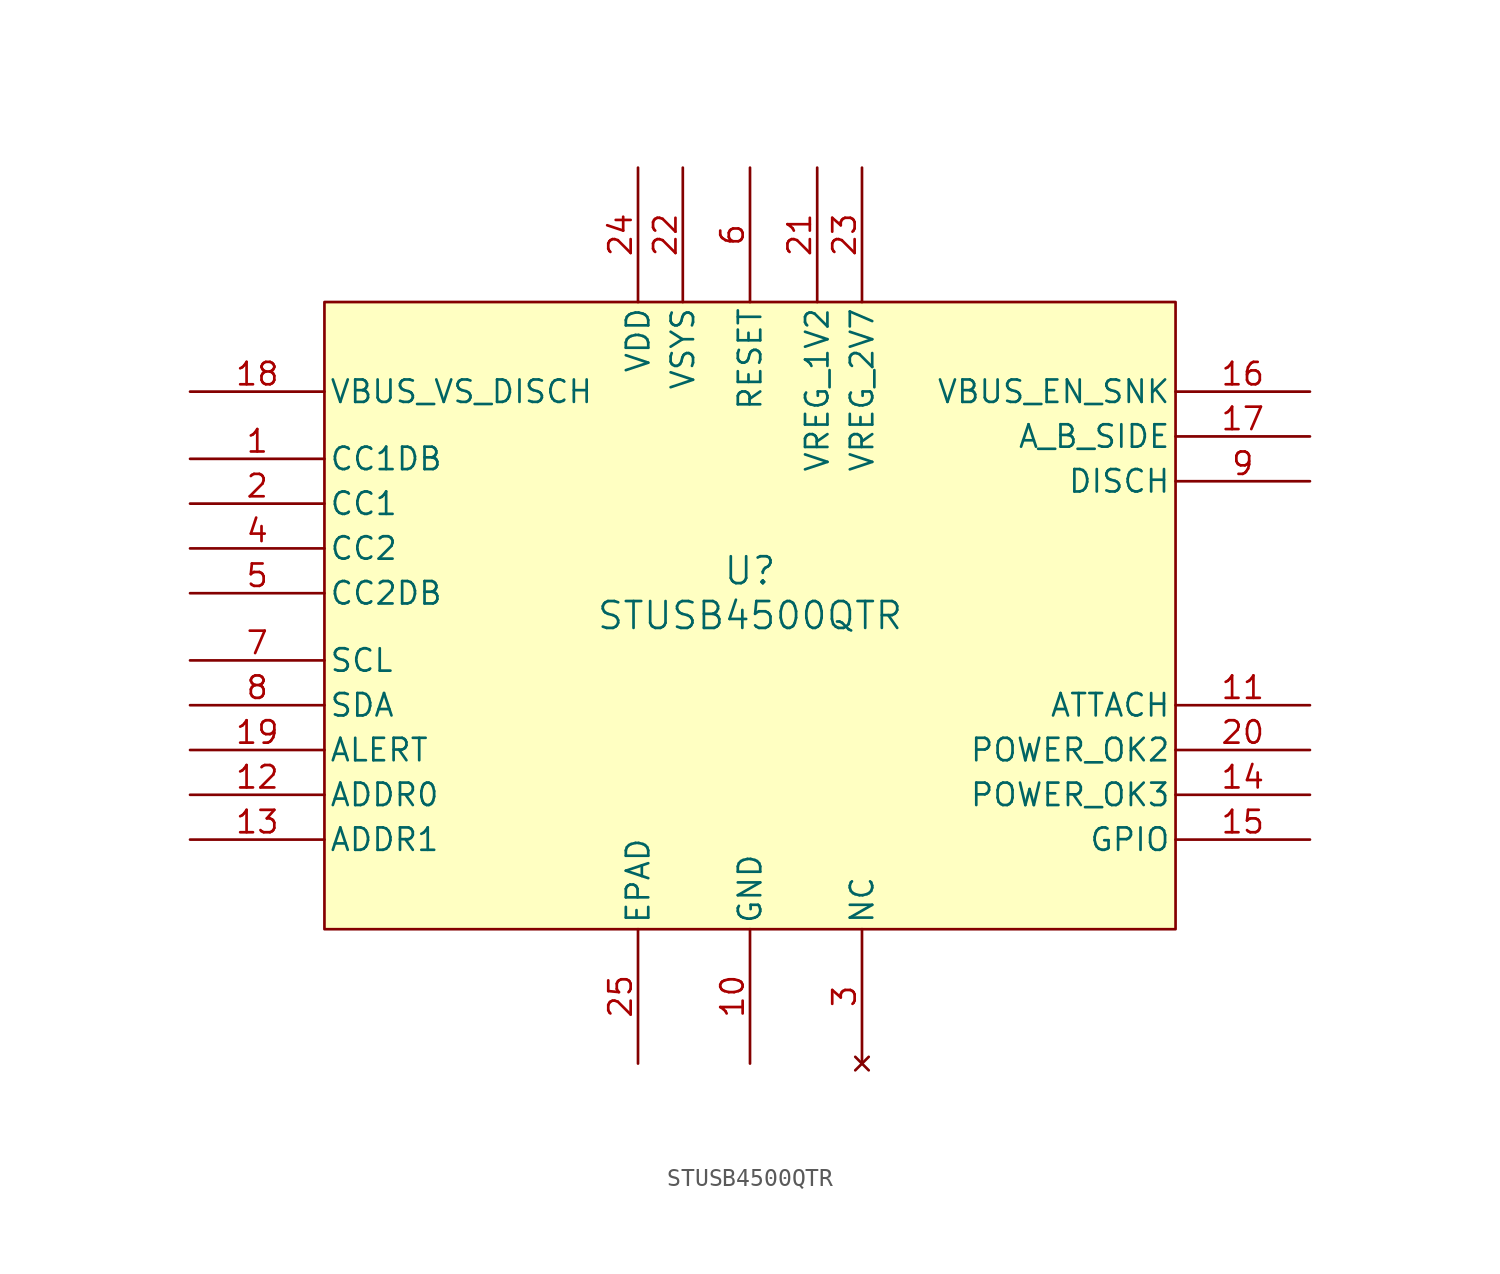
<source format=kicad_sym>
(kicad_symbol_lib
  (version 20241209)
  (generator "kicad_symbol_editor")
  (generator_version "9.0")
  (symbol "STUSB4500QTR"
    (pin_names
      (offset 0.254))
    (property "Reference" "U"
      (at 31.75 -10.16 0)
      (effects (font (size 1.524 1.524))))
    (property "Value" "STUSB4500QTR"
      (at 31.75 -12.7 0)
      (effects (font (size 1.524 1.524))))
    (symbol "STUSB4500QTR_0_1"
      (pin input line (at 0 -15.24 0) (length 7.62) (name "SCL" (effects (font (size 1.27 1.27)))) (number "7" (effects (font (size 1.27 1.27)))))
      (pin bidirectional line (at 0 -17.78 0) (length 7.62) (name "SDA" (effects (font (size 1.27 1.27)))) (number "8" (effects (font (size 1.27 1.27)))))
      (pin output line (at 0 -20.32 0) (length 7.62) (name "ALERT" (effects (font (size 1.27 1.27)))) (number "19" (effects (font (size 1.27 1.27)))))
      (pin input line (at 0 -22.86 0) (length 7.62) (name "ADDR0" (effects (font (size 1.27 1.27)))) (number "12" (effects (font (size 1.27 1.27)))))
      (pin input line (at 0 -25.4 0) (length 7.62) (name "ADDR1" (effects (font (size 1.27 1.27)))) (number "13" (effects (font (size 1.27 1.27)))))
      (pin power_in line (at 25.4 12.7 270) (length 7.62) (name "VDD" (effects (font (size 1.27 1.27)))) (number "24" (effects (font (size 1.27 1.27)))))
      (pin power_in line (at 27.94 12.7 270) (length 7.62) (name "VSYS" (effects (font (size 1.27 1.27)))) (number "22" (effects (font (size 1.27 1.27)))))
      (pin input line (at 31.75 12.7 270) (length 7.62) (name "RESET" (effects (font (size 1.27 1.27)))) (number "6" (effects (font (size 1.27 1.27)))))
      (pin no_connect line (at 38.1 -38.1 90) (length 7.62) (name "NC" (effects (font (size 1.27 1.27)))) (number "3" (effects (font (size 1.27 1.27)))))
      (pin output line (at 63.5 -2.54 180) (length 7.62) (name "A_B_SIDE" (effects (font (size 1.27 1.27)))) (number "17" (effects (font (size 1.27 1.27)))))
      (pin output line (at 63.5 -17.78 180) (length 7.62) (name "ATTACH" (effects (font (size 1.27 1.27)))) (number "11" (effects (font (size 1.27 1.27)))))
      (pin output line (at 63.5 -20.32 180) (length 7.62) (name "POWER_OK2" (effects (font (size 1.27 1.27)))) (number "20" (effects (font (size 1.27 1.27)))))
      (pin output line (at 63.5 -22.86 180) (length 7.62) (name "POWER_OK3" (effects (font (size 1.27 1.27)))) (number "14" (effects (font (size 1.27 1.27)))))
      (pin output line (at 63.5 -25.4 180) (length 7.62) (name "GPIO" (effects (font (size 1.27 1.27)))) (number "15" (effects (font (size 1.27 1.27))))))
    (symbol "STUSB4500QTR_1_1"
      (rectangle (start 7.62 5.08) (end 55.88 -30.48) (stroke (width 0) (type solid)) (fill (type background)))
      (pin power_in line (at 0 0 0) (length 7.62) (name "VBUS_VS_DISCH" (effects (font (size 1.27 1.27)))) (number "18" (effects (font (size 1.27 1.27)))))
      (pin bidirectional line (at 0 -3.81 0) (length 7.62) (name "CC1DB" (effects (font (size 1.27 1.27)))) (number "1" (effects (font (size 1.27 1.27)))))
      (pin bidirectional line (at 0 -6.35 0) (length 7.62) (name "CC1" (effects (font (size 1.27 1.27)))) (number "2" (effects (font (size 1.27 1.27)))))
      (pin bidirectional line (at 0 -8.89 0) (length 7.62) (name "CC2" (effects (font (size 1.27 1.27)))) (number "4" (effects (font (size 1.27 1.27)))))
      (pin bidirectional line (at 0 -11.43 0) (length 7.62) (name "CC2DB" (effects (font (size 1.27 1.27)))) (number "5" (effects (font (size 1.27 1.27)))))
      (pin power_in line (at 25.4 -38.1 90) (length 7.62) (name "EPAD" (effects (font (size 1.27 1.27)))) (number "25" (effects (font (size 1.27 1.27)))))
      (pin power_in line (at 31.75 -38.1 90) (length 7.62) (name "GND" (effects (font (size 1.27 1.27)))) (number "10" (effects (font (size 1.27 1.27)))))
      (pin passive line (at 35.56 12.7 270) (length 7.62) (name "VREG_1V2" (effects (font (size 1.27 1.27)))) (number "21" (effects (font (size 1.27 1.27)))))
      (pin passive line (at 38.1 12.7 270) (length 7.62) (name "VREG_2V7" (effects (font (size 1.27 1.27)))) (number "23" (effects (font (size 1.27 1.27)))))
      (pin output line (at 63.5 0 180) (length 7.62) (name "VBUS_EN_SNK" (effects (font (size 1.27 1.27)))) (number "16" (effects (font (size 1.27 1.27)))))
      (pin bidirectional line (at 63.5 -5.08 180) (length 7.62) (name "DISCH" (effects (font (size 1.27 1.27)))) (number "9" (effects (font (size 1.27 1.27))))))))
</source>
